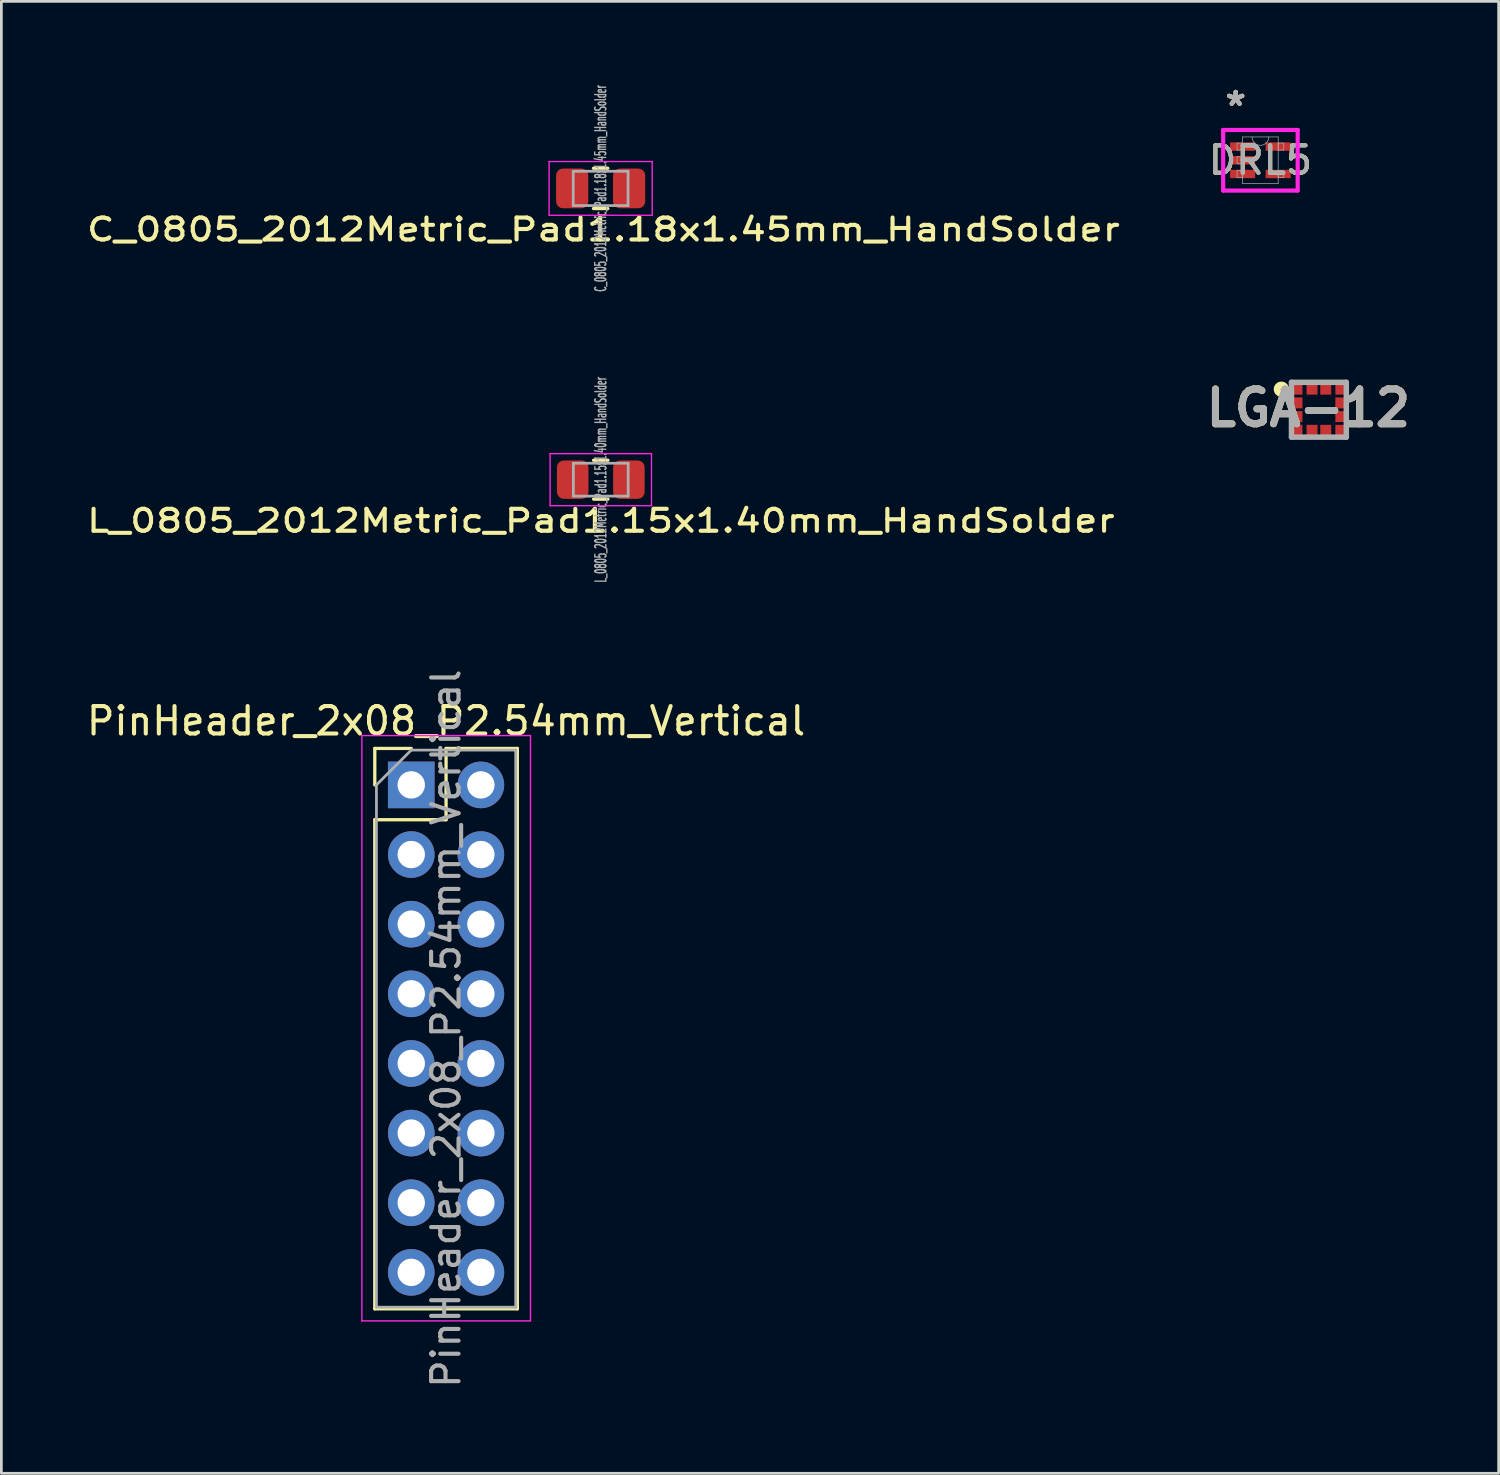
<source format=kicad_pcb>
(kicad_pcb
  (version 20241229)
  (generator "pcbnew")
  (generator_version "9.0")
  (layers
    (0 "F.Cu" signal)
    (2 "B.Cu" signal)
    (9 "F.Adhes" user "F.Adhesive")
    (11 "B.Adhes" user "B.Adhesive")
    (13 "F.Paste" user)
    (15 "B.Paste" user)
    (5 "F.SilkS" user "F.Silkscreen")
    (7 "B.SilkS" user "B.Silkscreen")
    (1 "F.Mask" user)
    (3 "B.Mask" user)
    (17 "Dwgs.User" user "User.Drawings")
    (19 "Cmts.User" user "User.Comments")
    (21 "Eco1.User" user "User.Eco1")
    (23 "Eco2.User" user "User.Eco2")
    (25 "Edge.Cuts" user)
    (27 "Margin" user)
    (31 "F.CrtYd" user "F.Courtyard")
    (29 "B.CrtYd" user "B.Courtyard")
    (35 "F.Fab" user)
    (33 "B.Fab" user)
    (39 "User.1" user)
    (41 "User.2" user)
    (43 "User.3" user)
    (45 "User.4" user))
  (footprint "PinHeader_2x08_P2.54mm_Vertical"
    (layer "F.Cu")
    (at 11.95 25.579)
    (property "Reference" "PinHeader_2x08_P2.54mm_Vertical" (at 1.27 -2.33 0) (layer "F.SilkS") (effects (font (size 1 1) (thickness 0.15))))
    (attr through_hole)
    (fp_line (start -1.33 -1.33) (end 0 -1.33) (stroke (width 0.12) (type solid)) (layer "F.SilkS"))
    (fp_line (start -1.33 0) (end -1.33 -1.33) (stroke (width 0.12) (type solid)) (layer "F.SilkS"))
    (fp_line (start -1.33 1.27) (end -1.33 19.11) (stroke (width 0.12) (type solid)) (layer "F.SilkS"))
    (fp_line (start -1.33 1.27) (end 1.27 1.27) (stroke (width 0.12) (type solid)) (layer "F.SilkS"))
    (fp_line (start -1.33 19.11) (end 3.87 19.11) (stroke (width 0.12) (type solid)) (layer "F.SilkS"))
    (fp_line (start 1.27 -1.33) (end 3.87 -1.33) (stroke (width 0.12) (type solid)) (layer "F.SilkS"))
    (fp_line (start 1.27 1.27) (end 1.27 -1.33) (stroke (width 0.12) (type solid)) (layer "F.SilkS"))
    (fp_line (start 3.87 -1.33) (end 3.87 19.11) (stroke (width 0.12) (type solid)) (layer "F.SilkS"))
    (fp_line (start -1.8 -1.8) (end -1.8 19.55) (stroke (width 0.05) (type solid)) (layer "F.CrtYd"))
    (fp_line (start -1.8 19.55) (end 4.35 19.55) (stroke (width 0.05) (type solid)) (layer "F.CrtYd"))
    (fp_line (start 4.35 -1.8) (end -1.8 -1.8) (stroke (width 0.05) (type solid)) (layer "F.CrtYd"))
    (fp_line (start 4.35 19.55) (end 4.35 -1.8) (stroke (width 0.05) (type solid)) (layer "F.CrtYd"))
    (fp_line (start -1.27 0) (end 0 -1.27) (stroke (width 0.1) (type solid)) (layer "F.Fab"))
    (fp_line (start -1.27 19.05) (end -1.27 0) (stroke (width 0.1) (type solid)) (layer "F.Fab"))
    (fp_line (start 0 -1.27) (end 3.81 -1.27) (stroke (width 0.1) (type solid)) (layer "F.Fab"))
    (fp_line (start 3.81 -1.27) (end 3.81 19.05) (stroke (width 0.1) (type solid)) (layer "F.Fab"))
    (fp_line (start 3.81 19.05) (end -1.27 19.05) (stroke (width 0.1) (type solid)) (layer "F.Fab"))
    (fp_text user "${REFERENCE}" (at 1.27 8.89 90) (layer "F.Fab") (effects (font (size 1 1) (thickness 0.15))))
    (pad "1" thru_hole rect (at 0 0) (size 1.7 1.7) (drill 1) (layers "*.Cu" "*.Mask"))
    (pad "2" thru_hole oval (at 2.54 0) (size 1.7 1.7) (drill 1) (layers "*.Cu" "*.Mask"))
    (pad "3" thru_hole oval (at 0 2.54) (size 1.7 1.7) (drill 1) (layers "*.Cu" "*.Mask"))
    (pad "4" thru_hole oval (at 2.54 2.54) (size 1.7 1.7) (drill 1) (layers "*.Cu" "*.Mask"))
    (pad "5" thru_hole oval (at 0 5.08) (size 1.7 1.7) (drill 1) (layers "*.Cu" "*.Mask"))
    (pad "6" thru_hole oval (at 2.54 5.08) (size 1.7 1.7) (drill 1) (layers "*.Cu" "*.Mask"))
    (pad "7" thru_hole oval (at 0 7.62) (size 1.7 1.7) (drill 1) (layers "*.Cu" "*.Mask"))
    (pad "8" thru_hole oval (at 2.54 7.62) (size 1.7 1.7) (drill 1) (layers "*.Cu" "*.Mask"))
    (pad "9" thru_hole oval (at 0 10.16) (size 1.7 1.7) (drill 1) (layers "*.Cu" "*.Mask"))
    (pad "10" thru_hole oval (at 2.54 10.16) (size 1.7 1.7) (drill 1) (layers "*.Cu" "*.Mask"))
    (pad "11" thru_hole oval (at 0 12.7) (size 1.7 1.7) (drill 1) (layers "*.Cu" "*.Mask"))
    (pad "12" thru_hole oval (at 2.54 12.7) (size 1.7 1.7) (drill 1) (layers "*.Cu" "*.Mask"))
    (pad "13" thru_hole oval (at 0 15.24) (size 1.7 1.7) (drill 1) (layers "*.Cu" "*.Mask"))
    (pad "14" thru_hole oval (at 2.54 15.24) (size 1.7 1.7) (drill 1) (layers "*.Cu" "*.Mask"))
    (pad "15" thru_hole oval (at 0 17.78) (size 1.7 1.7) (drill 1) (layers "*.Cu" "*.Mask"))
    (pad "16" thru_hole oval (at 2.54 17.78) (size 1.7 1.7) (drill 1) (layers "*.Cu" "*.Mask")))
  (footprint "LGA-12"
    (layer "F.Cu")
    (at 45.056 11.895)
    (property "Reference" "LGA-12" (at -0.387 -0.063 0) (layer "F.SilkS") (effects (font (size 1.27 1.27) (thickness 0.254))))
    (attr smd)
    (fp_circle (center -1.368 -0.748) (end -1.368 -0.723) (stroke (width 0.254) (type solid)) (fill no) (layer "F.SilkS"))
    (fp_line (start -1 -1) (end 1 -1) (stroke (width 0.2) (type solid)) (layer "F.Fab"))
    (fp_line (start -1 1) (end -1 -1) (stroke (width 0.2) (type solid)) (layer "F.Fab"))
    (fp_line (start 1 -1) (end 1 1) (stroke (width 0.2) (type solid)) (layer "F.Fab"))
    (fp_line (start 1 1) (end -1 1) (stroke (width 0.2) (type solid)) (layer "F.Fab"))
    (fp_text user "${REFERENCE}" (at -0.387 -0.063 0) (layer "F.Fab") (effects (font (size 1.27 1.27) (thickness 0.254))))
    (pad "1" smd rect (at -0.8 -0.75 90) (size 0.4 0.4) (layers "F.Cu" "F.Mask" "F.Paste"))
    (pad "2" smd rect (at -0.8 -0.25 90) (size 0.4 0.4) (layers "F.Cu" "F.Mask" "F.Paste"))
    (pad "3" smd rect (at -0.8 0.25 90) (size 0.4 0.4) (layers "F.Cu" "F.Mask" "F.Paste"))
    (pad "4" smd rect (at -0.8 0.75 90) (size 0.4 0.4) (layers "F.Cu" "F.Mask" "F.Paste"))
    (pad "5" smd rect (at -0.25 0.75 90) (size 0.4 0.4) (layers "F.Cu" "F.Mask" "F.Paste"))
    (pad "6" smd rect (at 0.25 0.75 90) (size 0.4 0.4) (layers "F.Cu" "F.Mask" "F.Paste"))
    (pad "7" smd rect (at 0.8 0.75 90) (size 0.4 0.4) (layers "F.Cu" "F.Mask" "F.Paste"))
    (pad "8" smd rect (at 0.8 0.25 90) (size 0.4 0.4) (layers "F.Cu" "F.Mask" "F.Paste"))
    (pad "9" smd rect (at 0.8 -0.25 90) (size 0.4 0.4) (layers "F.Cu" "F.Mask" "F.Paste"))
    (pad "10" smd rect (at 0.8 -0.75 90) (size 0.4 0.4) (layers "F.Cu" "F.Mask" "F.Paste"))
    (pad "11" smd rect (at 0.25 -0.75 90) (size 0.4 0.4) (layers "F.Cu" "F.Mask" "F.Paste"))
    (pad "12" smd rect (at -0.25 -0.75 90) (size 0.4 0.4) (layers "F.Cu" "F.Mask" "F.Paste")))
  (footprint "C_0805_2012Metric_Pad1.18x1.45mm_HandSolder"
    (layer "F.Cu")
    (at 18.858 3.822)
    (property "Reference" "C_0805_2012Metric_Pad1.18x1.45mm_HandSolder" (at 0.1 1.5 0) (layer "F.SilkS") (effects (font (size 0.8 1) (thickness 0.15))))
    (attr smd)
    (fp_line (start -0.261 -0.735) (end 0.261 -0.735) (stroke (width 0.12) (type solid)) (layer "F.SilkS"))
    (fp_line (start -0.261 0.735) (end 0.261 0.735) (stroke (width 0.12) (type solid)) (layer "F.SilkS"))
    (fp_line (start -1.88 -0.98) (end 1.88 -0.98) (stroke (width 0.05) (type solid)) (layer "F.CrtYd"))
    (fp_line (start -1.88 0.98) (end -1.88 -0.98) (stroke (width 0.05) (type solid)) (layer "F.CrtYd"))
    (fp_line (start 1.88 -0.98) (end 1.88 0.98) (stroke (width 0.05) (type solid)) (layer "F.CrtYd"))
    (fp_line (start 1.88 0.98) (end -1.88 0.98) (stroke (width 0.05) (type solid)) (layer "F.CrtYd"))
    (fp_line (start -1 -0.625) (end 1 -0.625) (stroke (width 0.1) (type solid)) (layer "F.Fab"))
    (fp_line (start -1 0.625) (end -1 -0.625) (stroke (width 0.1) (type solid)) (layer "F.Fab"))
    (fp_line (start 1 -0.625) (end 1 0.625) (stroke (width 0.1) (type solid)) (layer "F.Fab"))
    (fp_line (start 1 0.625) (end -1 0.625) (stroke (width 0.1) (type solid)) (layer "F.Fab"))
    (fp_text user "${REFERENCE}" (at 0 0 90) (layer "F.Fab") (effects (font (size 0.4 0.2) (thickness 0.08))))
    (pad "1" smd roundrect (at -1.038 0) (size 1.175 1.45) (layers "F.Cu" "F.Mask" "F.Paste") (roundrect_rratio 0.213))
    (pad "2" smd roundrect (at 1.038 0) (size 1.175 1.45) (layers "F.Cu" "F.Mask" "F.Paste") (roundrect_rratio 0.213)))
  (footprint "L_0805_2012Metric_Pad1.15x1.40mm_HandSolder"
    (layer "F.Cu")
    (at 18.863 14.446)
    (property "Reference" "L_0805_2012Metric_Pad1.15x1.40mm_HandSolder" (at 0 1.5 0) (layer "F.SilkS") (effects (font (size 0.8 1) (thickness 0.15))))
    (attr smd)
    (fp_line (start -0.261 -0.71) (end 0.261 -0.71) (stroke (width 0.12) (type solid)) (layer "F.SilkS"))
    (fp_line (start -0.261 0.71) (end 0.261 0.71) (stroke (width 0.12) (type solid)) (layer "F.SilkS"))
    (fp_line (start -1.85 -0.95) (end 1.85 -0.95) (stroke (width 0.05) (type solid)) (layer "F.CrtYd"))
    (fp_line (start -1.85 0.95) (end -1.85 -0.95) (stroke (width 0.05) (type solid)) (layer "F.CrtYd"))
    (fp_line (start 1.85 -0.95) (end 1.85 0.95) (stroke (width 0.05) (type solid)) (layer "F.CrtYd"))
    (fp_line (start 1.85 0.95) (end -1.85 0.95) (stroke (width 0.05) (type solid)) (layer "F.CrtYd"))
    (fp_line (start -1 -0.6) (end 1 -0.6) (stroke (width 0.1) (type solid)) (layer "F.Fab"))
    (fp_line (start -1 0.6) (end -1 -0.6) (stroke (width 0.1) (type solid)) (layer "F.Fab"))
    (fp_line (start 1 -0.6) (end 1 0.6) (stroke (width 0.1) (type solid)) (layer "F.Fab"))
    (fp_line (start 1 0.6) (end -1 0.6) (stroke (width 0.1) (type solid)) (layer "F.Fab"))
    (fp_text user "${REFERENCE}" (at 0 0 90) (layer "F.Fab") (effects (font (size 0.4 0.2) (thickness 0.08))))
    (pad "1" smd roundrect (at -1.025 0) (size 1.15 1.4) (layers "F.Cu" "F.Mask" "F.Paste") (roundrect_rratio 0.217))
    (pad "2" smd roundrect (at 1.025 0) (size 1.15 1.4) (layers "F.Cu" "F.Mask" "F.Paste") (roundrect_rratio 0.217)))
  (footprint "DRL5"
    (layer "F.Cu")
    (at 42.923 2.796)
    (property "Reference" "DRL5" (at 0 0 0) (unlocked yes) (layer "F.SilkS") (effects (font (size 1 1) (thickness 0.15))))
    (attr smd)
    (fp_line (start -1.359 -1.105) (end 1.359 -1.105) (stroke (width 0.152) (type solid)) (layer "F.CrtYd"))
    (fp_line (start -1.359 1.105) (end -1.359 -1.105) (stroke (width 0.152) (type solid)) (layer "F.CrtYd"))
    (fp_line (start 1.359 -1.105) (end 1.359 1.105) (stroke (width 0.152) (type solid)) (layer "F.CrtYd"))
    (fp_line (start 1.359 1.105) (end -1.359 1.105) (stroke (width 0.152) (type solid)) (layer "F.CrtYd"))
    (fp_line (start -0.851 -0.627) (end -0.851 -0.373) (stroke (width 0.025) (type solid)) (layer "F.Fab"))
    (fp_line (start -0.851 -0.373) (end -0.648 -0.373) (stroke (width 0.025) (type solid)) (layer "F.Fab"))
    (fp_line (start -0.851 -0.127) (end -0.851 0.127) (stroke (width 0.025) (type solid)) (layer "F.Fab"))
    (fp_line (start -0.851 0.127) (end -0.648 0.127) (stroke (width 0.025) (type solid)) (layer "F.Fab"))
    (fp_line (start -0.851 0.373) (end -0.851 0.627) (stroke (width 0.025) (type solid)) (layer "F.Fab"))
    (fp_line (start -0.851 0.627) (end -0.648 0.627) (stroke (width 0.025) (type solid)) (layer "F.Fab"))
    (fp_line (start -0.648 -0.851) (end -0.648 0.851) (stroke (width 0.025) (type solid)) (layer "F.Fab"))
    (fp_line (start -0.648 -0.627) (end -0.851 -0.627) (stroke (width 0.025) (type solid)) (layer "F.Fab"))
    (fp_line (start -0.648 -0.373) (end -0.648 -0.627) (stroke (width 0.025) (type solid)) (layer "F.Fab"))
    (fp_line (start -0.648 -0.127) (end -0.851 -0.127) (stroke (width 0.025) (type solid)) (layer "F.Fab"))
    (fp_line (start -0.648 0.127) (end -0.648 -0.127) (stroke (width 0.025) (type solid)) (layer "F.Fab"))
    (fp_line (start -0.648 0.373) (end -0.851 0.373) (stroke (width 0.025) (type solid)) (layer "F.Fab"))
    (fp_line (start -0.648 0.627) (end -0.648 0.373) (stroke (width 0.025) (type solid)) (layer "F.Fab"))
    (fp_line (start -0.648 0.851) (end 0.648 0.851) (stroke (width 0.025) (type solid)) (layer "F.Fab"))
    (fp_line (start 0.648 -0.851) (end -0.648 -0.851) (stroke (width 0.025) (type solid)) (layer "F.Fab"))
    (fp_line (start 0.648 -0.627) (end 0.648 -0.373) (stroke (width 0.025) (type solid)) (layer "F.Fab"))
    (fp_line (start 0.648 -0.373) (end 0.851 -0.373) (stroke (width 0.025) (type solid)) (layer "F.Fab"))
    (fp_line (start 0.648 0.373) (end 0.648 0.627) (stroke (width 0.025) (type solid)) (layer "F.Fab"))
    (fp_line (start 0.648 0.627) (end 0.851 0.627) (stroke (width 0.025) (type solid)) (layer "F.Fab"))
    (fp_line (start 0.648 0.851) (end 0.648 -0.851) (stroke (width 0.025) (type solid)) (layer "F.Fab"))
    (fp_line (start 0.851 -0.627) (end 0.648 -0.627) (stroke (width 0.025) (type solid)) (layer "F.Fab"))
    (fp_line (start 0.851 -0.373) (end 0.851 -0.627) (stroke (width 0.025) (type solid)) (layer "F.Fab"))
    (fp_line (start 0.851 0.373) (end 0.648 0.373) (stroke (width 0.025) (type solid)) (layer "F.Fab"))
    (fp_line (start 0.851 0.627) (end 0.851 0.373) (stroke (width 0.025) (type solid)) (layer "F.Fab"))
    (fp_arc (start 0.3048 -0.8509) (mid 0 -0.5461) (end -0.3048 -0.8509) (stroke (width 0.0254) (type solid)) (layer "F.Fab"))
    (fp_text user "*" (at -0.902 -1.948 0) (layer "F.SilkS") (effects (font (size 1 1) (thickness 0.15))))
    (fp_text user "*" (at -0.902 -1.948 0) (unlocked yes) (layer "F.SilkS") (effects (font (size 1 1) (thickness 0.15))))
    (fp_text user "*" (at -0.902 -1.948 0) (layer "F.Fab") (effects (font (size 1 1) (thickness 0.15))))
    (fp_text user "${REFERENCE}" (at 0 0 0) (unlocked yes) (layer "F.Fab") (effects (font (size 1 1) (thickness 0.15))))
    (fp_text user "*" (at -0.902 -1.948 0) (unlocked yes) (layer "F.Fab") (effects (font (size 1 1) (thickness 0.15))))
    (pad "1" smd rect (at -0.648 -0.5) (size 0.914 0.305) (layers "F.Cu" "F.Mask" "F.Paste"))
    (pad "2" smd rect (at -0.648 0) (size 0.914 0.305) (layers "F.Cu" "F.Mask" "F.Paste"))
    (pad "3" smd rect (at -0.648 0.5) (size 0.914 0.305) (layers "F.Cu" "F.Mask" "F.Paste"))
    (pad "4" smd rect (at 0.648 0.5) (size 0.914 0.305) (layers "F.Cu" "F.Mask" "F.Paste"))
    (pad "5" smd rect (at 0.648 -0.5) (size 0.914 0.305) (layers "F.Cu" "F.Mask" "F.Paste")))
  (gr_rect
    (start -3 -3)
    (end 51.612 50.689)
    (stroke (width 0.1) (type default))
    (fill no)
    (layer "Edge.Cuts")))
</source>
